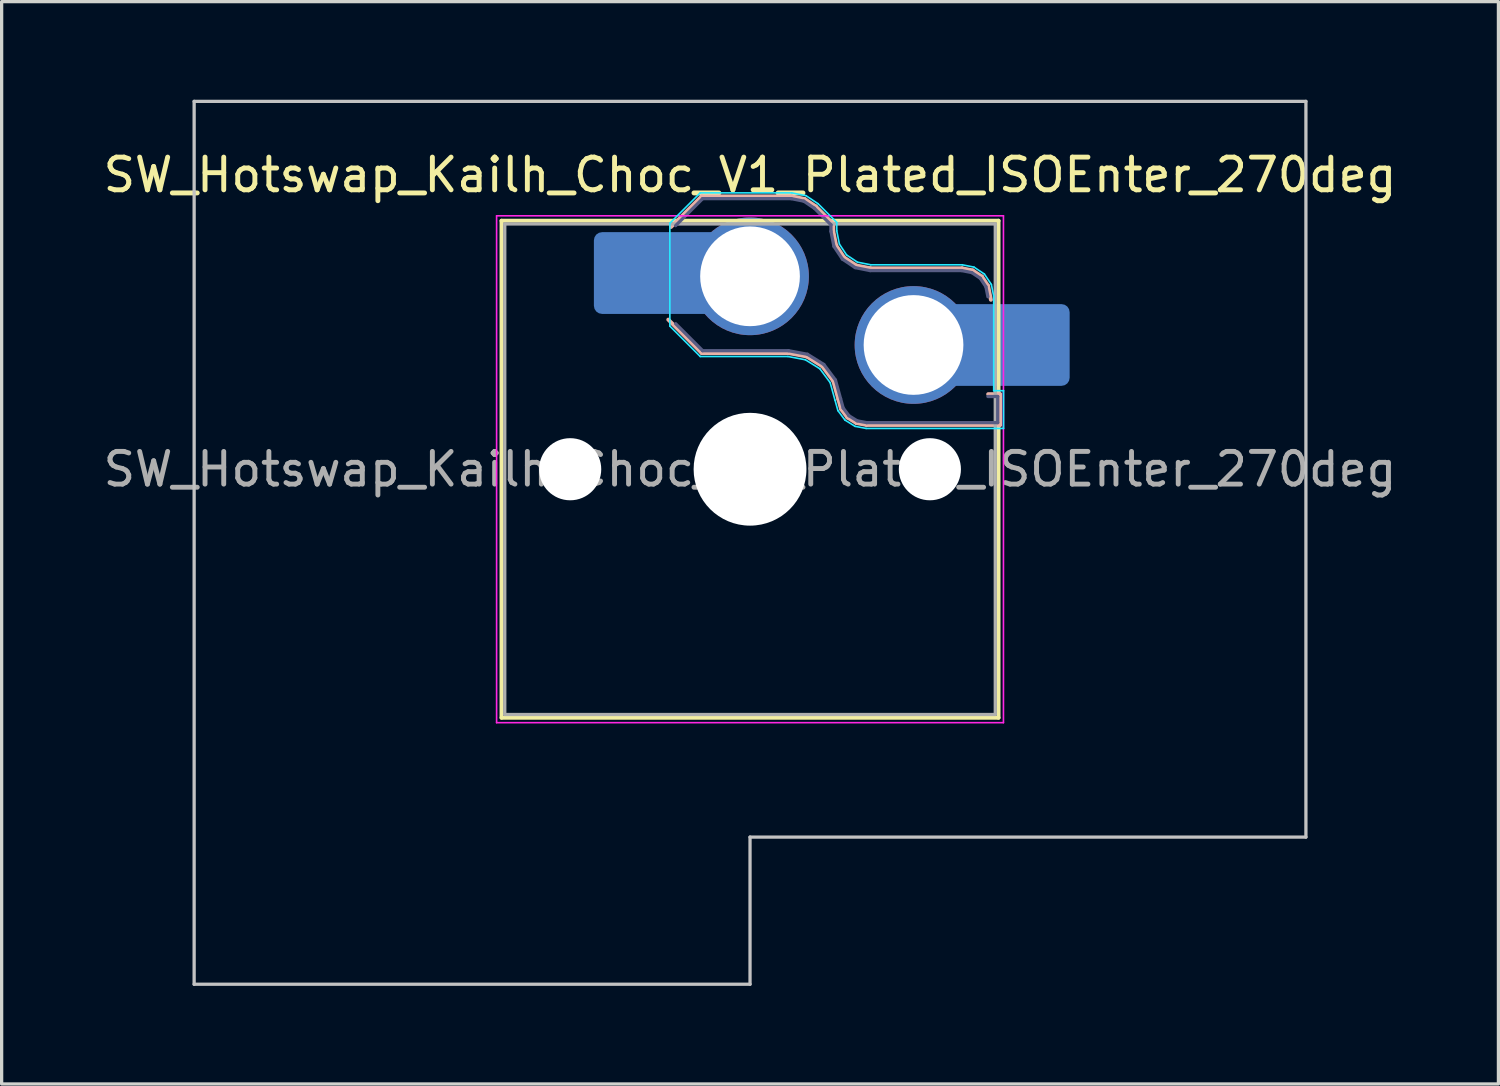
<source format=kicad_pcb>
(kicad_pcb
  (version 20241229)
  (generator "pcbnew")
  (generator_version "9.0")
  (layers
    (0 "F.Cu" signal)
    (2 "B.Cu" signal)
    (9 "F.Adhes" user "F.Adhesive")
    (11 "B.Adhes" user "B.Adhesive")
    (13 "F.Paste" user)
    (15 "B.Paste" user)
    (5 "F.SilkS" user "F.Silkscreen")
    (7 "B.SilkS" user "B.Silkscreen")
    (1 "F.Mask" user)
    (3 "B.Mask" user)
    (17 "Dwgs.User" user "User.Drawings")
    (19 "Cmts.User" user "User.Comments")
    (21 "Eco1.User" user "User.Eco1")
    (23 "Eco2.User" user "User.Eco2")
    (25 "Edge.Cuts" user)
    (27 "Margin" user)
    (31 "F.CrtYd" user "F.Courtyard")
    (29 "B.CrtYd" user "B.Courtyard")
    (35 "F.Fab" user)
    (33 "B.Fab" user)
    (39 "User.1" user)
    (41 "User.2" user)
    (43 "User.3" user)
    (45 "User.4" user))
  (footprint "SW_Hotswap_Kailh_Choc_V1_Plated_ISOEnter_270deg"
    (layer "F.Cu")
    (at 19.887 11.3)
    (property "Reference" "SW_Hotswap_Kailh_Choc_V1_Plated_ISOEnter_270deg" (at 0 -9 0) (layer "F.SilkS") (effects (font (size 1 1) (thickness 0.15))))
    (attr smd)
    (fp_line (start -7.6 -7.6) (end -7.6 7.6) (stroke (width 0.12) (type solid)) (layer "F.SilkS"))
    (fp_line (start -7.6 7.6) (end 7.6 7.6) (stroke (width 0.12) (type solid)) (layer "F.SilkS"))
    (fp_line (start 7.6 -7.6) (end -7.6 -7.6) (stroke (width 0.12) (type solid)) (layer "F.SilkS"))
    (fp_line (start 7.6 7.6) (end 7.6 -7.6) (stroke (width 0.12) (type solid)) (layer "F.SilkS"))
    (fp_line (start -2.416 -7.409) (end -1.479 -8.346) (stroke (width 0.12) (type solid)) (layer "B.SilkS"))
    (fp_line (start -1.479 -8.346) (end 1.268 -8.346) (stroke (width 0.12) (type solid)) (layer "B.SilkS"))
    (fp_line (start -1.479 -3.554) (end -2.5 -4.575) (stroke (width 0.12) (type solid)) (layer "B.SilkS"))
    (fp_line (start 1.168 -3.554) (end -1.479 -3.554) (stroke (width 0.12) (type solid)) (layer "B.SilkS"))
    (fp_line (start 1.268 -8.346) (end 1.671 -8.266) (stroke (width 0.12) (type solid)) (layer "B.SilkS"))
    (fp_line (start 1.671 -8.266) (end 2.013 -8.037) (stroke (width 0.12) (type solid)) (layer "B.SilkS"))
    (fp_line (start 1.73 -3.449) (end 1.168 -3.554) (stroke (width 0.12) (type solid)) (layer "B.SilkS"))
    (fp_line (start 2.013 -8.037) (end 2.546 -7.504) (stroke (width 0.12) (type solid)) (layer "B.SilkS"))
    (fp_line (start 2.209 -3.15) (end 1.73 -3.449) (stroke (width 0.12) (type solid)) (layer "B.SilkS"))
    (fp_line (start 2.546 -7.504) (end 2.546 -7.282) (stroke (width 0.12) (type solid)) (layer "B.SilkS"))
    (fp_line (start 2.546 -7.282) (end 2.633 -6.844) (stroke (width 0.12) (type solid)) (layer "B.SilkS"))
    (fp_line (start 2.547 -2.697) (end 2.209 -3.15) (stroke (width 0.12) (type solid)) (layer "B.SilkS"))
    (fp_line (start 2.633 -6.844) (end 2.877 -6.477) (stroke (width 0.12) (type solid)) (layer "B.SilkS"))
    (fp_line (start 2.701 -2.139) (end 2.547 -2.697) (stroke (width 0.12) (type solid)) (layer "B.SilkS"))
    (fp_line (start 2.783 -1.841) (end 2.701 -2.139) (stroke (width 0.12) (type solid)) (layer "B.SilkS"))
    (fp_line (start 2.877 -6.477) (end 3.244 -6.233) (stroke (width 0.12) (type solid)) (layer "B.SilkS"))
    (fp_line (start 2.976 -1.583) (end 2.783 -1.841) (stroke (width 0.12) (type solid)) (layer "B.SilkS"))
    (fp_line (start 3.244 -6.233) (end 3.682 -6.146) (stroke (width 0.12) (type solid)) (layer "B.SilkS"))
    (fp_line (start 3.25 -1.413) (end 2.976 -1.583) (stroke (width 0.12) (type solid)) (layer "B.SilkS"))
    (fp_line (start 3.56 -1.354) (end 3.25 -1.413) (stroke (width 0.12) (type solid)) (layer "B.SilkS"))
    (fp_line (start 3.682 -6.146) (end 6.482 -6.146) (stroke (width 0.12) (type solid)) (layer "B.SilkS"))
    (fp_line (start 6.482 -6.146) (end 6.809 -6.081) (stroke (width 0.12) (type solid)) (layer "B.SilkS"))
    (fp_line (start 6.809 -6.081) (end 7.092 -5.892) (stroke (width 0.12) (type solid)) (layer "B.SilkS"))
    (fp_line (start 7.092 -5.892) (end 7.281 -5.609) (stroke (width 0.12) (type solid)) (layer "B.SilkS"))
    (fp_line (start 7.281 -5.609) (end 7.366 -5.182) (stroke (width 0.12) (type solid)) (layer "B.SilkS"))
    (fp_line (start 7.283 -2.296) (end 7.646 -2.296) (stroke (width 0.12) (type solid)) (layer "B.SilkS"))
    (fp_line (start 7.646 -2.296) (end 7.646 -1.354) (stroke (width 0.12) (type solid)) (layer "B.SilkS"))
    (fp_line (start 7.646 -1.354) (end 3.56 -1.354) (stroke (width 0.12) (type solid)) (layer "B.SilkS"))
    (fp_line (start -17 -11.25) (end -17 15.75) (stroke (width 0.1) (type solid)) (layer "Dwgs.User"))
    (fp_line (start -17 15.75) (end 0 15.75) (stroke (width 0.1) (type solid)) (layer "Dwgs.User"))
    (fp_line (start 0 11.25) (end 17 11.25) (stroke (width 0.1) (type solid)) (layer "Dwgs.User"))
    (fp_line (start 0 15.75) (end 0 11.25) (stroke (width 0.1) (type solid)) (layer "Dwgs.User"))
    (fp_line (start 17 -11.25) (end -17 -11.25) (stroke (width 0.1) (type solid)) (layer "Dwgs.User"))
    (fp_line (start 17 11.25) (end 17 -11.25) (stroke (width 0.1) (type solid)) (layer "Dwgs.User"))
    (fp_line (start -7.25 -7.25) (end -7.25 7.25) (stroke (width 0.1) (type solid)) (layer "Eco1.User"))
    (fp_line (start -7.25 7.25) (end 7.25 7.25) (stroke (width 0.1) (type solid)) (layer "Eco1.User"))
    (fp_line (start 7.25 -7.25) (end -7.25 -7.25) (stroke (width 0.1) (type solid)) (layer "Eco1.User"))
    (fp_line (start 7.25 7.25) (end 7.25 -7.25) (stroke (width 0.1) (type solid)) (layer "Eco1.User"))
    (fp_line (start -2.452 -7.523) (end -1.523 -8.452) (stroke (width 0.05) (type solid)) (layer "B.CrtYd"))
    (fp_line (start -2.452 -4.377) (end -2.452 -7.523) (stroke (width 0.05) (type solid)) (layer "B.CrtYd"))
    (fp_line (start -1.523 -8.452) (end 1.278 -8.452) (stroke (width 0.05) (type solid)) (layer "B.CrtYd"))
    (fp_line (start -1.523 -3.448) (end -2.452 -4.377) (stroke (width 0.05) (type solid)) (layer "B.CrtYd"))
    (fp_line (start 1.159 -3.448) (end -1.523 -3.448) (stroke (width 0.05) (type solid)) (layer "B.CrtYd"))
    (fp_line (start 1.278 -8.452) (end 1.712 -8.366) (stroke (width 0.05) (type solid)) (layer "B.CrtYd"))
    (fp_line (start 1.691 -3.348) (end 1.159 -3.448) (stroke (width 0.05) (type solid)) (layer "B.CrtYd"))
    (fp_line (start 1.712 -8.366) (end 2.081 -8.119) (stroke (width 0.05) (type solid)) (layer "B.CrtYd"))
    (fp_line (start 2.081 -8.119) (end 2.652 -7.548) (stroke (width 0.05) (type solid)) (layer "B.CrtYd"))
    (fp_line (start 2.136 -3.071) (end 1.691 -3.348) (stroke (width 0.05) (type solid)) (layer "B.CrtYd"))
    (fp_line (start 2.45 -2.65) (end 2.136 -3.071) (stroke (width 0.05) (type solid)) (layer "B.CrtYd"))
    (fp_line (start 2.599 -2.111) (end 2.45 -2.65) (stroke (width 0.05) (type solid)) (layer "B.CrtYd"))
    (fp_line (start 2.652 -7.548) (end 2.652 -7.292) (stroke (width 0.05) (type solid)) (layer "B.CrtYd"))
    (fp_line (start 2.652 -7.292) (end 2.733 -6.885) (stroke (width 0.05) (type solid)) (layer "B.CrtYd"))
    (fp_line (start 2.687 -1.794) (end 2.599 -2.111) (stroke (width 0.05) (type solid)) (layer "B.CrtYd"))
    (fp_line (start 2.733 -6.885) (end 2.953 -6.553) (stroke (width 0.05) (type solid)) (layer "B.CrtYd"))
    (fp_line (start 2.903 -1.503) (end 2.687 -1.794) (stroke (width 0.05) (type solid)) (layer "B.CrtYd"))
    (fp_line (start 2.953 -6.553) (end 3.285 -6.333) (stroke (width 0.05) (type solid)) (layer "B.CrtYd"))
    (fp_line (start 3.211 -1.312) (end 2.903 -1.503) (stroke (width 0.05) (type solid)) (layer "B.CrtYd"))
    (fp_line (start 3.285 -6.333) (end 3.692 -6.252) (stroke (width 0.05) (type solid)) (layer "B.CrtYd"))
    (fp_line (start 3.55 -1.248) (end 3.211 -1.312) (stroke (width 0.05) (type solid)) (layer "B.CrtYd"))
    (fp_line (start 3.692 -6.252) (end 6.492 -6.252) (stroke (width 0.05) (type solid)) (layer "B.CrtYd"))
    (fp_line (start 6.492 -6.252) (end 6.85 -6.181) (stroke (width 0.05) (type solid)) (layer "B.CrtYd"))
    (fp_line (start 6.85 -6.181) (end 7.168 -5.968) (stroke (width 0.05) (type solid)) (layer "B.CrtYd"))
    (fp_line (start 7.168 -5.968) (end 7.381 -5.65) (stroke (width 0.05) (type solid)) (layer "B.CrtYd"))
    (fp_line (start 7.381 -5.65) (end 7.452 -5.292) (stroke (width 0.05) (type solid)) (layer "B.CrtYd"))
    (fp_line (start 7.452 -5.292) (end 7.452 -2.402) (stroke (width 0.05) (type solid)) (layer "B.CrtYd"))
    (fp_line (start 7.452 -2.402) (end 7.752 -2.402) (stroke (width 0.05) (type solid)) (layer "B.CrtYd"))
    (fp_line (start 7.752 -2.402) (end 7.752 -1.248) (stroke (width 0.05) (type solid)) (layer "B.CrtYd"))
    (fp_line (start 7.752 -1.248) (end 3.55 -1.248) (stroke (width 0.05) (type solid)) (layer "B.CrtYd"))
    (fp_line (start -7.75 -7.75) (end -7.75 7.75) (stroke (width 0.05) (type solid)) (layer "F.CrtYd"))
    (fp_line (start -7.75 7.75) (end 7.75 7.75) (stroke (width 0.05) (type solid)) (layer "F.CrtYd"))
    (fp_line (start 7.75 -7.75) (end -7.75 -7.75) (stroke (width 0.05) (type solid)) (layer "F.CrtYd"))
    (fp_line (start 7.75 7.75) (end 7.75 -7.75) (stroke (width 0.05) (type solid)) (layer "F.CrtYd"))
    (fp_line (start -2.275 -7.45) (end -1.45 -8.275) (stroke (width 0.1) (type solid)) (layer "B.Fab"))
    (fp_line (start -1.45 -8.275) (end 1.261 -8.275) (stroke (width 0.1) (type solid)) (layer "B.Fab"))
    (fp_line (start -1.45 -3.625) (end -2.275 -4.45) (stroke (width 0.1) (type solid)) (layer "B.Fab"))
    (fp_line (start 1.175 -3.625) (end -1.45 -3.625) (stroke (width 0.1) (type solid)) (layer "B.Fab"))
    (fp_line (start 1.261 -8.275) (end 1.643 -8.199) (stroke (width 0.1) (type solid)) (layer "B.Fab"))
    (fp_line (start 1.643 -8.199) (end 1.968 -7.982) (stroke (width 0.1) (type solid)) (layer "B.Fab"))
    (fp_line (start 1.756 -3.516) (end 1.175 -3.625) (stroke (width 0.1) (type solid)) (layer "B.Fab"))
    (fp_line (start 1.968 -7.982) (end 2.475 -7.475) (stroke (width 0.1) (type solid)) (layer "B.Fab"))
    (fp_line (start 2.258 -3.203) (end 1.756 -3.516) (stroke (width 0.1) (type solid)) (layer "B.Fab"))
    (fp_line (start 2.475 -7.475) (end 2.475 -7.275) (stroke (width 0.1) (type solid)) (layer "B.Fab"))
    (fp_line (start 2.475 -7.275) (end 2.566 -6.816) (stroke (width 0.1) (type solid)) (layer "B.Fab"))
    (fp_line (start 2.566 -6.816) (end 2.826 -6.426) (stroke (width 0.1) (type solid)) (layer "B.Fab"))
    (fp_line (start 2.612 -2.729) (end 2.258 -3.203) (stroke (width 0.1) (type solid)) (layer "B.Fab"))
    (fp_line (start 2.769 -2.158) (end 2.612 -2.729) (stroke (width 0.1) (type solid)) (layer "B.Fab"))
    (fp_line (start 2.826 -6.426) (end 3.216 -6.166) (stroke (width 0.1) (type solid)) (layer "B.Fab"))
    (fp_line (start 2.848 -1.873) (end 2.769 -2.158) (stroke (width 0.1) (type solid)) (layer "B.Fab"))
    (fp_line (start 3.025 -1.636) (end 2.848 -1.873) (stroke (width 0.1) (type solid)) (layer "B.Fab"))
    (fp_line (start 3.216 -6.166) (end 3.675 -6.075) (stroke (width 0.1) (type solid)) (layer "B.Fab"))
    (fp_line (start 3.276 -1.48) (end 3.025 -1.636) (stroke (width 0.1) (type solid)) (layer "B.Fab"))
    (fp_line (start 3.567 -1.425) (end 3.276 -1.48) (stroke (width 0.1) (type solid)) (layer "B.Fab"))
    (fp_line (start 3.675 -6.075) (end 6.475 -6.075) (stroke (width 0.1) (type solid)) (layer "B.Fab"))
    (fp_line (start 6.475 -6.075) (end 6.781 -6.014) (stroke (width 0.1) (type solid)) (layer "B.Fab"))
    (fp_line (start 6.781 -6.014) (end 7.041 -5.841) (stroke (width 0.1) (type solid)) (layer "B.Fab"))
    (fp_line (start 7.041 -5.841) (end 7.214 -5.581) (stroke (width 0.1) (type solid)) (layer "B.Fab"))
    (fp_line (start 7.214 -5.581) (end 7.275 -5.275) (stroke (width 0.1) (type solid)) (layer "B.Fab"))
    (fp_line (start 7.275 -2.225) (end 7.575 -2.225) (stroke (width 0.1) (type solid)) (layer "B.Fab"))
    (fp_line (start 7.575 -2.225) (end 7.575 -1.425) (stroke (width 0.1) (type solid)) (layer "B.Fab"))
    (fp_line (start 7.575 -1.425) (end 3.567 -1.425) (stroke (width 0.1) (type solid)) (layer "B.Fab"))
    (fp_line (start -7.5 -7.5) (end -7.5 7.5) (stroke (width 0.1) (type solid)) (layer "F.Fab"))
    (fp_line (start -7.5 7.5) (end 7.5 7.5) (stroke (width 0.1) (type solid)) (layer "F.Fab"))
    (fp_line (start 7.5 -7.5) (end -7.5 -7.5) (stroke (width 0.1) (type solid)) (layer "F.Fab"))
    (fp_line (start 7.5 7.5) (end 7.5 -7.5) (stroke (width 0.1) (type solid)) (layer "F.Fab"))
    (fp_text user "${REFERENCE}" (at 0 0 0) (layer "F.Fab") (effects (font (size 1 1) (thickness 0.15))))
    (pad "" np_thru_hole circle (at -5.5 0) (size 1.9 1.9) (drill 1.9) (layers "*.Cu" "*.Mask"))
    (pad "" smd roundrect (at -3.5 -6) (size 2.55 2.5) (layers "B.Mask" "B.Paste") (roundrect_rratio 0.1))
    (pad "" np_thru_hole circle (at 0 0) (size 3.45 3.45) (drill 3.45) (layers "*.Cu" "*.Mask"))
    (pad "" np_thru_hole circle (at 5.5 0) (size 1.9 1.9) (drill 1.9) (layers "*.Cu" "*.Mask"))
    (pad "" smd roundrect (at 8.5 -3.8) (size 2.55 2.5) (layers "B.Mask" "B.Paste") (roundrect_rratio 0.1))
    (pad "1" smd roundrect (at -2.85 -6) (size 3.85 2.5) (layers "B.Cu") (roundrect_rratio 0.1))
    (pad "1" thru_hole circle (at 0 -5.9) (size 3.6 3.6) (drill 3.05) (layers "*.Cu" "*.Mask"))
    (pad "2" thru_hole circle (at 5 -3.8) (size 3.6 3.6) (drill 3.05) (layers "*.Cu" "*.Mask"))
    (pad "2" smd roundrect (at 7.85 -3.8) (size 3.85 2.5) (layers "B.Cu") (roundrect_rratio 0.1)))
  (gr_rect
    (start -3 -3)
    (end 42.774 30.1)
    (stroke (width 0.1) (type default))
    (fill no)
    (layer "Edge.Cuts")))
</source>
